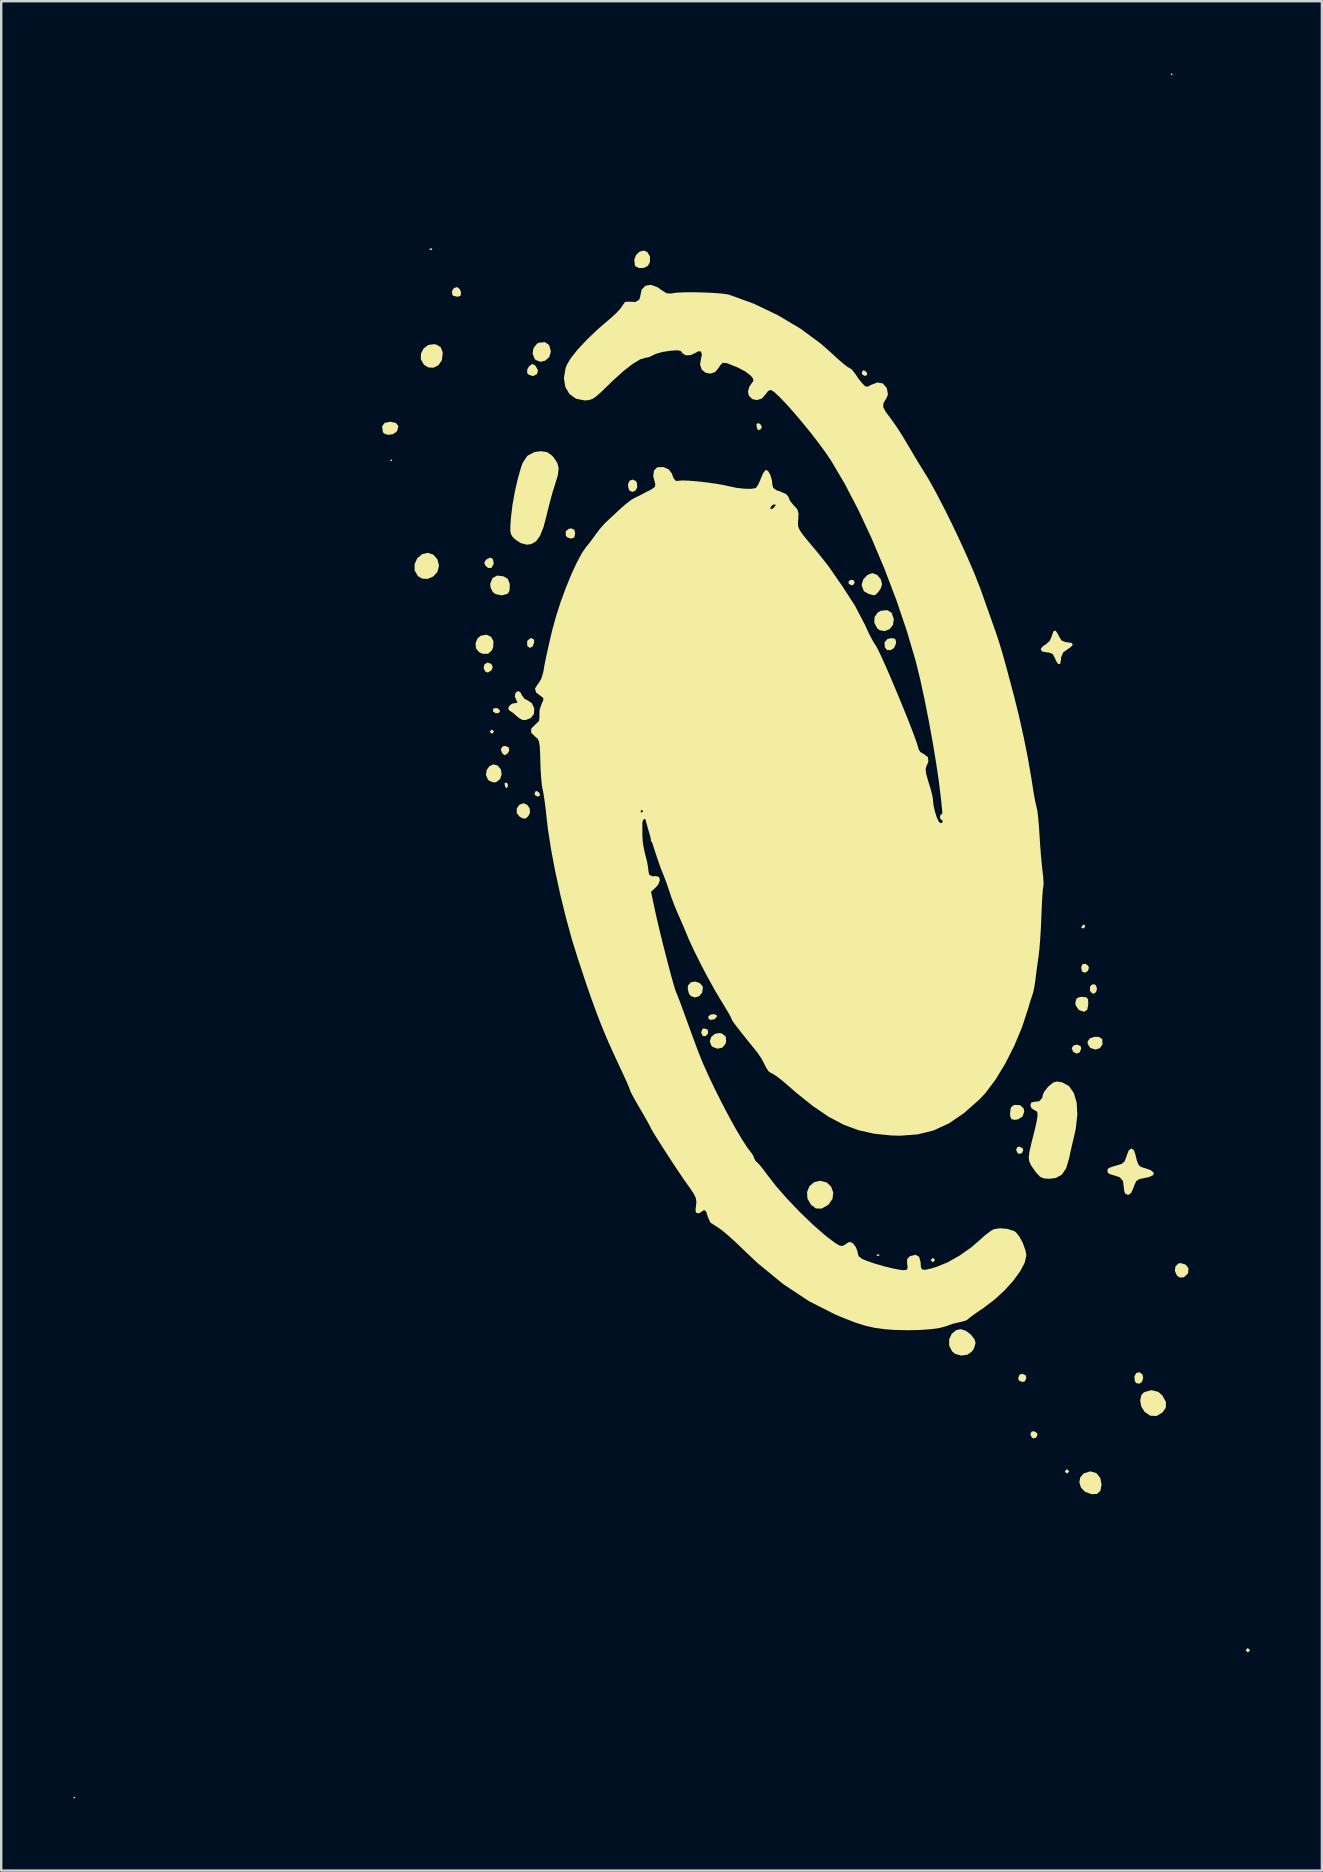
<source format=kicad_pcb>
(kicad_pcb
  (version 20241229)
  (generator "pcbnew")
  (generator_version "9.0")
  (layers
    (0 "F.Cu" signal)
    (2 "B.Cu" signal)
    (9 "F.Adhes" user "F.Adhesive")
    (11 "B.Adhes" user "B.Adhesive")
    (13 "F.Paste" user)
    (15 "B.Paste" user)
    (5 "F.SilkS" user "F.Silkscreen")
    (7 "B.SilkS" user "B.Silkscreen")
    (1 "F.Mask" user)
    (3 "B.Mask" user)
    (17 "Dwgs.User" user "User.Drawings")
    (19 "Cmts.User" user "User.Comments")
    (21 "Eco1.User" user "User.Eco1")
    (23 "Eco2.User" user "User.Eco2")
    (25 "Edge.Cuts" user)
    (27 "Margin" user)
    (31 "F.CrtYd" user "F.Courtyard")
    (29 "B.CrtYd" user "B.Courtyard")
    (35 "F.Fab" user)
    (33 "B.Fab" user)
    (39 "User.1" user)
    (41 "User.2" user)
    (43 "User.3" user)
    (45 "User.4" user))
  (footprint "minimalspiral"
    (layer "F.Cu")
    (at 30.311 31.242)
    (property "Reference" "minimalspiral" (at 0 0 0) (layer "F.SilkS") (effects (font (size 1.524 1.524) (thickness 0.3))))
    (attr board_only exclude_from_pos_files exclude_from_bom)
    (fp_poly (pts (xy -30.226 40.598) (xy -30.268 40.64) (xy -30.311 40.598) (xy -30.268 40.555)) (stroke (width 0) (type solid)) (fill yes) (layer "F.SilkS"))
    (fp_poly (pts (xy -17.018 -15.113) (xy -17.06 -15.071) (xy -17.103 -15.113) (xy -17.06 -15.155)) (stroke (width 0) (type solid)) (fill yes) (layer "F.SilkS"))
    (fp_poly (pts (xy 15.494 -31.2) (xy 15.452 -31.157) (xy 15.409 -31.2) (xy 15.452 -31.242)) (stroke (width 0) (type solid)) (fill yes) (layer "F.SilkS"))
    (fp_poly (pts (xy -15.353 -23.932) (xy -15.365 -23.882) (xy -15.409 -23.876) (xy -15.479 -23.907) (xy -15.466 -23.932) (xy -15.365 -23.943)) (stroke (width 0) (type solid)) (fill yes) (layer "F.SilkS"))
    (fp_poly (pts (xy 3.274 17.978) (xy 3.262 18.028) (xy 3.217 18.034) (xy 3.148 18.003) (xy 3.161 17.978) (xy 3.261 17.967)) (stroke (width 0) (type solid)) (fill yes) (layer "F.SilkS"))
    (fp_poly (pts (xy -12.2 -1.591) (xy -12.21 -1.512) (xy -12.257 -1.449) (xy -12.312 -1.513) (xy -12.343 -1.637) (xy -12.327 -1.671) (xy -12.244 -1.685)) (stroke (width 0) (type solid)) (fill yes) (layer "F.SilkS"))
    (fp_poly (pts (xy -10.879 -1.251) (xy -10.865 -1.15) (xy -10.957 -1.101) (xy -11.074 -1.169) (xy -11.091 -1.235) (xy -11.042 -1.333) (xy -10.991 -1.335)) (stroke (width 0) (type solid)) (fill yes) (layer "F.SilkS"))
    (fp_poly (pts (xy -1.675 -16.61) (xy -1.619 -16.494) (xy -1.674 -16.411) (xy -1.768 -16.366) (xy -1.828 -16.457) (xy -1.847 -16.615) (xy -1.777 -16.669)) (stroke (width 0) (type solid)) (fill yes) (layer "F.SilkS"))
    (fp_poly (pts (xy 2.752 -18.777) (xy 2.767 -18.676) (xy 2.674 -18.627) (xy 2.557 -18.695) (xy 2.54 -18.761) (xy 2.589 -18.859) (xy 2.641 -18.861)) (stroke (width 0) (type solid)) (fill yes) (layer "F.SilkS"))
    (fp_poly (pts (xy 11.858 4.282) (xy 11.81 4.367) (xy 11.764 4.39) (xy 11.692 4.363) (xy 11.697 4.322) (xy 11.768 4.231) (xy 11.792 4.227)) (stroke (width 0) (type solid)) (fill yes) (layer "F.SilkS"))
    (fp_poly (pts (xy -12.787 -3.83) (xy -12.785 -3.81) (xy -12.849 -3.728) (xy -12.869 -3.725) (xy -12.952 -3.79) (xy -12.954 -3.81) (xy -12.89 -3.892) (xy -12.869 -3.895)) (stroke (width 0) (type solid)) (fill yes) (layer "F.SilkS"))
    (fp_poly (pts (xy -12.541 -4.702) (xy -12.531 -4.652) (xy -12.593 -4.583) (xy -12.721 -4.583) (xy -12.823 -4.651) (xy -12.813 -4.76) (xy -12.786 -4.783) (xy -12.645 -4.794)) (stroke (width 0) (type solid)) (fill yes) (layer "F.SilkS"))
    (fp_poly (pts (xy -3.503 8) (xy -3.492 8.065) (xy -3.597 8.172) (xy -3.753 8.199) (xy -3.833 8.161) (xy -3.858 8.058) (xy -3.755 7.978) (xy -3.629 7.959)) (stroke (width 0) (type solid)) (fill yes) (layer "F.SilkS"))
    (fp_poly (pts (xy 2.203 -10.117) (xy 2.248 -10.019) (xy 2.184 -9.925) (xy 2.117 -9.906) (xy 2.006 -9.967) (xy 1.993 -9.985) (xy 1.999 -10.085) (xy 2.101 -10.139)) (stroke (width 0) (type solid)) (fill yes) (layer "F.SilkS"))
    (fp_poly (pts (xy 5.586 18.183) (xy 5.588 18.203) (xy 5.524 18.286) (xy 5.503 18.288) (xy 5.421 18.224) (xy 5.419 18.203) (xy 5.483 18.121) (xy 5.503 18.119)) (stroke (width 0) (type solid)) (fill yes) (layer "F.SilkS"))
    (fp_poly (pts (xy 9.249 13.559) (xy 9.271 13.625) (xy 9.212 13.751) (xy 9.091 13.78) (xy 9.033 13.746) (xy 8.972 13.611) (xy 9.019 13.5) (xy 9.123 13.478)) (stroke (width 0) (type solid)) (fill yes) (layer "F.SilkS"))
    (fp_poly (pts (xy 9.37 23.005) (xy 9.398 23.114) (xy 9.338 23.256) (xy 9.229 23.283) (xy 9.087 23.223) (xy 9.059 23.114) (xy 9.119 22.972) (xy 9.229 22.945)) (stroke (width 0) (type solid)) (fill yes) (layer "F.SilkS"))
    (fp_poly (pts (xy 9.841 25.412) (xy 9.864 25.479) (xy 9.805 25.605) (xy 9.684 25.633) (xy 9.626 25.599) (xy 9.564 25.464) (xy 9.612 25.353) (xy 9.716 25.331)) (stroke (width 0) (type solid)) (fill yes) (layer "F.SilkS"))
    (fp_poly (pts (xy 11.174 26.988) (xy 11.176 27.009) (xy 11.112 27.091) (xy 11.091 27.093) (xy 11.009 27.029) (xy 11.007 27.009) (xy 11.071 26.926) (xy 11.091 26.924)) (stroke (width 0) (type solid)) (fill yes) (layer "F.SilkS"))
    (fp_poly (pts (xy 11.659 9.292) (xy 11.684 9.389) (xy 11.624 9.55) (xy 11.488 9.603) (xy 11.344 9.524) (xy 11.288 9.368) (xy 11.377 9.257) (xy 11.52 9.229)) (stroke (width 0) (type solid)) (fill yes) (layer "F.SilkS"))
    (fp_poly (pts (xy 18.709 34.439) (xy 18.711 34.459) (xy 18.647 34.542) (xy 18.627 34.544) (xy 18.544 34.48) (xy 18.542 34.459) (xy 18.606 34.377) (xy 18.627 34.375)) (stroke (width 0) (type solid)) (fill yes) (layer "F.SilkS"))
    (fp_poly (pts (xy -14.2 -22.239) (xy -14.155 -22.118) (xy -14.171 -21.969) (xy -14.298 -21.929) (xy -14.46 -21.963) (xy -14.516 -22.006) (xy -14.533 -22.156) (xy -14.451 -22.292) (xy -14.319 -22.334)) (stroke (width 0) (type solid)) (fill yes) (layer "F.SilkS"))
    (fp_poly (pts (xy -12.888 -6.628) (xy -12.832 -6.491) (xy -12.893 -6.36) (xy -13.037 -6.27) (xy -13.152 -6.322) (xy -13.214 -6.469) (xy -13.173 -6.618) (xy -13.053 -6.689) (xy -13.048 -6.689)) (stroke (width 0) (type solid)) (fill yes) (layer "F.SilkS"))
    (fp_poly (pts (xy -12.171 -3.158) (xy -12.142 -3.023) (xy -12.21 -2.909) (xy -12.323 -2.829) (xy -12.418 -2.888) (xy -12.439 -2.913) (xy -12.5 -3.074) (xy -12.426 -3.192) (xy -12.319 -3.217)) (stroke (width 0) (type solid)) (fill yes) (layer "F.SilkS"))
    (fp_poly (pts (xy -11.111 -7.639) (xy -11.107 -7.521) (xy -11.175 -7.356) (xy -11.284 -7.299) (xy -11.382 -7.369) (xy -11.395 -7.397) (xy -11.401 -7.584) (xy -11.282 -7.694) (xy -11.207 -7.705)) (stroke (width 0) (type solid)) (fill yes) (layer "F.SilkS"))
    (fp_poly (pts (xy -9.433 -12.224) (xy -9.398 -12.065) (xy -9.437 -11.899) (xy -9.57 -11.853) (xy -9.732 -11.907) (xy -9.789 -11.976) (xy -9.792 -12.159) (xy -9.658 -12.264) (xy -9.562 -12.277)) (stroke (width 0) (type solid)) (fill yes) (layer "F.SilkS"))
    (fp_poly (pts (xy -3.878 8.602) (xy -3.858 8.745) (xy -3.867 8.771) (xy -3.969 8.88) (xy -4.088 8.862) (xy -4.148 8.73) (xy -4.149 8.721) (xy -4.102 8.583) (xy -4.036 8.551)) (stroke (width 0) (type solid)) (fill yes) (layer "F.SilkS"))
    (fp_poly (pts (xy 14.24 22.977) (xy 14.266 23.114) (xy 14.214 23.28) (xy 14.096 23.358) (xy 13.971 23.327) (xy 13.918 23.247) (xy 13.899 23.05) (xy 13.98 22.909) (xy 14.118 22.876)) (stroke (width 0) (type solid)) (fill yes) (layer "F.SilkS"))
    (fp_poly (pts (xy -12.826 -11) (xy -12.792 -10.828) (xy -12.798 -10.79) (xy -12.883 -10.633) (xy -13.021 -10.626) (xy -13.125 -10.712) (xy -13.189 -10.837) (xy -13.122 -10.959) (xy -13.095 -10.986) (xy -12.943 -11.063)) (stroke (width 0) (type solid)) (fill yes) (layer "F.SilkS"))
    (fp_poly (pts (xy -6.869 -14.252) (xy -6.827 -14.182) (xy -6.811 -13.993) (xy -6.887 -13.851) (xy -7.016 -13.797) (xy -7.14 -13.857) (xy -7.185 -13.978) (xy -7.197 -14.111) (xy -7.136 -14.263) (xy -7.003 -14.314)) (stroke (width 0) (type solid)) (fill yes) (layer "F.SilkS"))
    (fp_poly (pts (xy 3.927 -7.681) (xy 3.971 -7.573) (xy 3.964 -7.472) (xy 3.888 -7.298) (xy 3.747 -7.206) (xy 3.597 -7.213) (xy 3.504 -7.318) (xy 3.489 -7.534) (xy 3.614 -7.673) (xy 3.771 -7.705)) (stroke (width 0) (type solid)) (fill yes) (layer "F.SilkS"))
    (fp_poly (pts (xy 11.969 5.938) (xy 12.005 6.023) (xy 11.967 6.152) (xy 11.852 6.229) (xy 11.735 6.203) (xy 11.735 6.203) (xy 11.692 6.085) (xy 11.684 5.991) (xy 11.739 5.876) (xy 11.856 5.861)) (stroke (width 0) (type solid)) (fill yes) (layer "F.SilkS"))
    (fp_poly (pts (xy 12.253 6.724) (xy 12.288 6.751) (xy 12.342 6.89) (xy 12.304 7.038) (xy 12.199 7.112) (xy 12.192 7.112) (xy 12.087 7.044) (xy 12.051 6.979) (xy 12.048 6.823) (xy 12.132 6.721)) (stroke (width 0) (type solid)) (fill yes) (layer "F.SilkS"))
    (fp_poly (pts (xy -16.869 -16.671) (xy -16.765 -16.54) (xy -16.808 -16.355) (xy -16.852 -16.294) (xy -17.01 -16.197) (xy -17.207 -16.178) (xy -17.367 -16.237) (xy -17.409 -16.293) (xy -17.443 -16.529) (xy -17.335 -16.674) (xy -17.103 -16.722)) (stroke (width 0) (type solid)) (fill yes) (layer "F.SilkS"))
    (fp_poly (pts (xy -11.399 -0.764) (xy -11.297 -0.618) (xy -11.28 -0.435) (xy -11.349 -0.292) (xy -11.462 -0.188) (xy -11.583 -0.197) (xy -11.705 -0.261) (xy -11.834 -0.417) (xy -11.829 -0.615) (xy -11.719 -0.768) (xy -11.551 -0.828)) (stroke (width 0) (type solid)) (fill yes) (layer "F.SilkS"))
    (fp_poly (pts (xy -11.097 -19.089) (xy -11.037 -19.032) (xy -10.946 -18.858) (xy -10.988 -18.705) (xy -11.146 -18.628) (xy -11.176 -18.627) (xy -11.341 -18.684) (xy -11.402 -18.76) (xy -11.389 -18.919) (xy -11.315 -19.032) (xy -11.196 -19.126)) (stroke (width 0) (type solid)) (fill yes) (layer "F.SilkS"))
    (fp_poly (pts (xy 16.034 18.392) (xy 16.151 18.543) (xy 16.141 18.734) (xy 16.119 18.775) (xy 15.956 18.925) (xy 15.776 18.928) (xy 15.67 18.847) (xy 15.584 18.651) (xy 15.612 18.465) (xy 15.736 18.346) (xy 15.823 18.33)) (stroke (width 0) (type solid)) (fill yes) (layer "F.SilkS"))
    (fp_poly (pts (xy -12.901 -7.761) (xy -12.802 -7.576) (xy -12.814 -7.33) (xy -12.867 -7.201) (xy -13.026 -7.053) (xy -13.251 -7.053) (xy -13.399 -7.119) (xy -13.529 -7.278) (xy -13.549 -7.493) (xy -13.464 -7.698) (xy -13.328 -7.808) (xy -13.086 -7.85)) (stroke (width 0) (type solid)) (fill yes) (layer "F.SilkS"))
    (fp_poly (pts (xy -12.636 -2.404) (xy -12.494 -2.238) (xy -12.462 -2.029) (xy -12.527 -1.835) (xy -12.68 -1.711) (xy -12.785 -1.693) (xy -12.964 -1.754) (xy -13.035 -1.816) (xy -13.116 -2.01) (xy -13.085 -2.209) (xy -12.972 -2.37) (xy -12.808 -2.446)) (stroke (width 0) (type solid)) (fill yes) (layer "F.SilkS"))
    (fp_poly (pts (xy -6.388 -23.788) (xy -6.283 -23.605) (xy -6.282 -23.378) (xy -6.367 -23.216) (xy -6.536 -23.13) (xy -6.734 -23.125) (xy -6.885 -23.198) (xy -6.912 -23.241) (xy -6.937 -23.471) (xy -6.858 -23.674) (xy -6.71 -23.813) (xy -6.53 -23.852)) (stroke (width 0) (type solid)) (fill yes) (layer "F.SilkS"))
    (fp_poly (pts (xy -4.218 6.657) (xy -4.094 6.792) (xy -4.077 6.853) (xy -4.108 7.066) (xy -4.235 7.211) (xy -4.408 7.265) (xy -4.578 7.207) (xy -4.658 7.109) (xy -4.711 6.897) (xy -4.696 6.765) (xy -4.583 6.634) (xy -4.403 6.601)) (stroke (width 0) (type solid)) (fill yes) (layer "F.SilkS"))
    (fp_poly (pts (xy -3.278 8.768) (xy -3.123 8.896) (xy -3.111 9.11) (xy -3.141 9.207) (xy -3.272 9.356) (xy -3.471 9.398) (xy -3.668 9.326) (xy -3.722 9.275) (xy -3.791 9.089) (xy -3.731 8.91) (xy -3.58 8.781) (xy -3.375 8.744)) (stroke (width 0) (type solid)) (fill yes) (layer "F.SilkS"))
    (fp_poly (pts (xy 9.129 11.748) (xy 9.279 11.876) (xy 9.313 12.016) (xy 9.239 12.224) (xy 9.045 12.344) (xy 8.915 12.361) (xy 8.781 12.335) (xy 8.728 12.222) (xy 8.721 12.075) (xy 8.748 11.862) (xy 8.848 11.76) (xy 8.907 11.74)) (stroke (width 0) (type solid)) (fill yes) (layer "F.SilkS"))
    (fp_poly (pts (xy 11.897 7.256) (xy 11.967 7.34) (xy 11.98 7.534) (xy 11.937 7.771) (xy 11.812 7.861) (xy 11.618 7.799) (xy 11.568 7.766) (xy 11.449 7.582) (xy 11.443 7.446) (xy 11.499 7.295) (xy 11.645 7.242) (xy 11.726 7.239)) (stroke (width 0) (type solid)) (fill yes) (layer "F.SilkS"))
    (fp_poly (pts (xy 12.415 8.906) (xy 12.547 8.988) (xy 12.56 9.012) (xy 12.571 9.222) (xy 12.462 9.374) (xy 12.281 9.435) (xy 12.074 9.372) (xy 12.06 9.362) (xy 11.957 9.205) (xy 11.951 9.096) (xy 12.045 8.97) (xy 12.224 8.904)) (stroke (width 0) (type solid)) (fill yes) (layer "F.SilkS"))
    (fp_poly (pts (xy -15.308 -11.185) (xy -15.137 -10.99) (xy -15.071 -10.725) (xy -15.138 -10.466) (xy -15.311 -10.275) (xy -15.541 -10.175) (xy -15.784 -10.188) (xy -15.954 -10.293) (xy -16.087 -10.528) (xy -16.088 -10.79) (xy -15.979 -11.031) (xy -15.778 -11.204) (xy -15.54 -11.261)) (stroke (width 0) (type solid)) (fill yes) (layer "F.SilkS"))
    (fp_poly (pts (xy -12.387 -10.282) (xy -12.21 -10.179) (xy -12.133 -9.997) (xy -12.122 -9.913) (xy -12.135 -9.68) (xy -12.207 -9.556) (xy -12.454 -9.487) (xy -12.711 -9.541) (xy -12.826 -9.62) (xy -12.923 -9.808) (xy -12.937 -9.972) (xy -12.844 -10.207) (xy -12.65 -10.314)) (stroke (width 0) (type solid)) (fill yes) (layer "F.SilkS"))
    (fp_poly (pts (xy -10.485 -19.917) (xy -10.415 -19.669) (xy -10.414 -19.635) (xy -10.479 -19.414) (xy -10.641 -19.268) (xy -10.845 -19.22) (xy -11.04 -19.294) (xy -11.087 -19.341) (xy -11.173 -19.559) (xy -11.134 -19.793) (xy -10.988 -19.974) (xy -10.906 -20.016) (xy -10.656 -20.037)) (stroke (width 0) (type solid)) (fill yes) (layer "F.SilkS"))
    (fp_poly (pts (xy 3.785 -8.76) (xy 3.876 -8.509) (xy 3.878 -8.493) (xy 3.838 -8.251) (xy 3.695 -8.078) (xy 3.496 -7.998) (xy 3.286 -8.038) (xy 3.183 -8.119) (xy 3.063 -8.351) (xy 3.077 -8.591) (xy 3.213 -8.781) (xy 3.328 -8.843) (xy 3.598 -8.874)) (stroke (width 0) (type solid)) (fill yes) (layer "F.SilkS"))
    (fp_poly (pts (xy 12.32 27.082) (xy 12.479 27.282) (xy 12.531 27.555) (xy 12.484 27.819) (xy 12.339 27.949) (xy 12.107 27.957) (xy 11.839 27.856) (xy 11.671 27.679) (xy 11.606 27.466) (xy 11.644 27.257) (xy 11.787 27.093) (xy 12.035 27.013) (xy 12.08 27.011)) (stroke (width 0) (type solid)) (fill yes) (layer "F.SilkS"))
    (fp_poly (pts (xy 14.893 23.694) (xy 15.065 23.845) (xy 15.216 24.118) (xy 15.206 24.359) (xy 15.071 24.553) (xy 14.823 24.701) (xy 14.559 24.688) (xy 14.323 24.527) (xy 14.183 24.296) (xy 14.14 24.041) (xy 14.194 23.82) (xy 14.303 23.71) (xy 14.612 23.623)) (stroke (width 0) (type solid)) (fill yes) (layer "F.SilkS"))
    (fp_poly (pts (xy -15.17 -19.93) (xy -14.998 -19.824) (xy -14.924 -19.631) (xy -14.917 -19.57) (xy -14.951 -19.289) (xy -15.09 -19.082) (xy -15.293 -18.973) (xy -15.521 -18.984) (xy -15.7 -19.098) (xy -15.828 -19.323) (xy -15.823 -19.563) (xy -15.711 -19.776) (xy -15.519 -19.92) (xy -15.273 -19.955)) (stroke (width 0) (type solid)) (fill yes) (layer "F.SilkS"))
    (fp_poly (pts (xy 1.079 14.97) (xy 1.266 15.148) (xy 1.353 15.389) (xy 1.324 15.649) (xy 1.165 15.883) (xy 1.132 15.911) (xy 0.864 16.062) (xy 0.632 16.053) (xy 0.427 15.901) (xy 0.278 15.643) (xy 0.262 15.371) (xy 0.361 15.127) (xy 0.56 14.957) (xy 0.804 14.901)) (stroke (width 0) (type solid)) (fill yes) (layer "F.SilkS"))
    (fp_poly (pts (xy 6.873 21.147) (xy 7.085 21.306) (xy 7.238 21.505) (xy 7.281 21.652) (xy 7.234 21.837) (xy 7.15 21.994) (xy 6.953 22.143) (xy 6.693 22.184) (xy 6.437 22.114) (xy 6.31 22.016) (xy 6.184 21.775) (xy 6.182 21.513) (xy 6.286 21.279) (xy 6.478 21.121) (xy 6.663 21.082)) (stroke (width 0) (type solid)) (fill yes) (layer "F.SilkS"))
    (fp_poly (pts (xy 3.183 -10.34) (xy 3.335 -10.158) (xy 3.387 -9.955) (xy 3.34 -9.794) (xy 3.232 -9.625) (xy 3.109 -9.509) (xy 3.041 -9.492) (xy 2.94 -9.519) (xy 2.836 -9.545) (xy 2.63 -9.66) (xy 2.545 -9.882) (xy 2.541 -9.956) (xy 2.61 -10.164) (xy 2.778 -10.338) (xy 2.98 -10.414) (xy 2.985 -10.414)) (stroke (width 0) (type solid)) (fill yes) (layer "F.SilkS"))
    (fp_poly (pts (xy -11.668 -5.433) (xy -11.624 -5.333) (xy -11.513 -5.182) (xy -11.377 -5.112) (xy -11.2 -4.991) (xy -11.103 -4.778) (xy -11.117 -4.543) (xy -11.12 -4.535) (xy -11.254 -4.378) (xy -11.46 -4.292) (xy -11.599 -4.299) (xy -11.757 -4.392) (xy -11.87 -4.49) (xy -12.023 -4.621) (xy -12.118 -4.674) (xy -12.189 -4.756) (xy -12.151 -4.874) (xy -12.037 -4.971) (xy -11.93 -4.995) (xy -11.806 -5.014) (xy -11.829 -5.091) (xy -11.852 -5.121) (xy -11.914 -5.281) (xy -11.88 -5.433) (xy -11.768 -5.503) (xy -11.763 -5.503)) (stroke (width 0) (type solid)) (fill yes) (layer "F.SilkS"))
    (fp_poly (pts (xy 10.706 -7.892) (xy 10.753 -7.789) (xy 10.869 -7.602) (xy 11.04 -7.538) (xy 11.102 -7.535) (xy 11.295 -7.503) (xy 11.331 -7.418) (xy 11.206 -7.301) (xy 11.155 -7.272) (xy 10.936 -7.114) (xy 10.847 -6.913) (xy 10.839 -6.795) (xy 10.807 -6.635) (xy 10.732 -6.624) (xy 10.638 -6.755) (xy 10.596 -6.858) (xy 10.498 -7.042) (xy 10.341 -7.108) (xy 10.249 -7.112) (xy 10.049 -7.153) (xy 9.995 -7.253) (xy 10.095 -7.376) (xy 10.194 -7.432) (xy 10.378 -7.599) (xy 10.455 -7.784) (xy 10.524 -7.988) (xy 10.607 -8.024)) (stroke (width 0) (type solid)) (fill yes) (layer "F.SilkS"))
    (fp_poly (pts (xy -10.571 -15.457) (xy -10.371 -15.319) (xy -10.295 -15.234) (xy -10.145 -15.012) (xy -10.087 -14.784) (xy -10.118 -14.501) (xy -10.234 -14.121) (xy -10.324 -13.837) (xy -10.432 -13.451) (xy -10.539 -13.028) (xy -10.586 -12.832) (xy -10.72 -12.324) (xy -10.864 -11.966) (xy -11.029 -11.739) (xy -11.229 -11.624) (xy -11.414 -11.599) (xy -11.672 -11.667) (xy -11.894 -11.817) (xy -12.008 -11.93) (xy -12.074 -12.037) (xy -12.101 -12.183) (xy -12.097 -12.411) (xy -12.072 -12.75) (xy -12.011 -13.254) (xy -11.911 -13.811) (xy -11.786 -14.357) (xy -11.651 -14.828) (xy -11.585 -15.011) (xy -11.39 -15.303) (xy -11.09 -15.462) (xy -10.826 -15.494)) (stroke (width 0) (type solid)) (fill yes) (layer "F.SilkS"))
    (fp_poly (pts (xy 13.875 13.622) (xy 13.934 13.78) (xy 14.005 14.069) (xy 14.073 14.235) (xy 14.164 14.319) (xy 14.293 14.362) (xy 14.58 14.459) (xy 14.709 14.567) (xy 14.68 14.669) (xy 14.489 14.752) (xy 14.352 14.779) (xy 14.111 14.828) (xy 13.98 14.911) (xy 13.9 15.078) (xy 13.872 15.165) (xy 13.764 15.409) (xy 13.638 15.495) (xy 13.518 15.438) (xy 13.473 15.316) (xy 13.462 15.19) (xy 13.423 14.913) (xy 13.287 14.754) (xy 13.073 14.683) (xy 12.881 14.627) (xy 12.787 14.562) (xy 12.785 14.553) (xy 12.78 14.418) (xy 12.852 14.363) (xy 13.037 14.296) (xy 13.138 14.269) (xy 13.371 14.197) (xy 13.494 14.092) (xy 13.564 13.903) (xy 13.574 13.864) (xy 13.662 13.637) (xy 13.771 13.555)) (stroke (width 0) (type solid)) (fill yes) (layer "F.SilkS"))
    (fp_poly (pts (xy 10.872 10.796) (xy 10.891 10.801) (xy 11.174 10.955) (xy 11.376 11.243) (xy 11.494 11.645) (xy 11.523 12.144) (xy 11.458 12.721) (xy 11.394 13.019) (xy 11.304 13.393) (xy 11.215 13.793) (xy 11.179 13.968) (xy 11.056 14.381) (xy 10.874 14.649) (xy 10.616 14.787) (xy 10.357 14.817) (xy 10.127 14.802) (xy 9.969 14.734) (xy 9.818 14.574) (xy 9.737 14.465) (xy 9.6 14.266) (xy 9.521 14.102) (xy 9.498 13.926) (xy 9.526 13.695) (xy 9.602 13.361) (xy 9.642 13.203) (xy 9.758 12.738) (xy 9.832 12.411) (xy 9.865 12.196) (xy 9.86 12.067) (xy 9.818 11.998) (xy 9.742 11.964) (xy 9.736 11.962) (xy 9.611 11.877) (xy 9.565 11.748) (xy 9.604 11.64) (xy 9.716 11.613) (xy 9.933 11.587) (xy 10.06 11.448) (xy 10.075 11.356) (xy 10.133 11.207) (xy 10.277 11.017) (xy 10.329 10.965) (xy 10.51 10.812) (xy 10.664 10.764)) (stroke (width 0) (type solid)) (fill yes) (layer "F.SilkS"))
    (fp_poly (pts (xy -5.962 -22.323) (xy -5.823 -22.222) (xy -5.595 -22.075) (xy -5.405 -22.062) (xy -5.388 -22.067) (xy -5.198 -22.097) (xy -4.884 -22.113) (xy -4.492 -22.117) (xy -4.065 -22.108) (xy -3.65 -22.089) (xy -3.29 -22.061) (xy -3.03 -22.024) (xy -2.972 -22.009) (xy -1.949 -21.636) (xy -0.945 -21.155) (xy -0.001 -20.593) (xy 0.84 -19.971) (xy 1.219 -19.637) (xy 1.507 -19.371) (xy 1.756 -19.155) (xy 1.937 -19.012) (xy 2.02 -18.965) (xy 2.125 -18.9) (xy 2.251 -18.742) (xy 2.257 -18.733) (xy 2.419 -18.498) (xy 2.566 -18.314) (xy 2.697 -18.19) (xy 2.81 -18.189) (xy 2.926 -18.257) (xy 3.192 -18.359) (xy 3.42 -18.315) (xy 3.578 -18.133) (xy 3.593 -18.093) (xy 3.631 -17.853) (xy 3.573 -17.712) (xy 3.448 -17.504) (xy 3.433 -17.337) (xy 3.532 -17.145) (xy 3.61 -17.039) (xy 3.834 -16.738) (xy 4.038 -16.442) (xy 4.252 -16.105) (xy 4.509 -15.676) (xy 4.566 -15.579) (xy 4.753 -15.261) (xy 4.924 -14.978) (xy 5.049 -14.777) (xy 5.072 -14.74) (xy 5.331 -14.319) (xy 5.633 -13.774) (xy 5.964 -13.139) (xy 6.307 -12.447) (xy 6.645 -11.733) (xy 6.963 -11.032) (xy 7.243 -10.376) (xy 7.47 -9.799) (xy 7.53 -9.634) (xy 7.626 -9.362) (xy 7.758 -8.987) (xy 7.907 -8.568) (xy 8.003 -8.297) (xy 8.112 -7.987) (xy 8.205 -7.712) (xy 8.291 -7.445) (xy 8.378 -7.156) (xy 8.475 -6.815) (xy 8.591 -6.395) (xy 8.733 -5.865) (xy 8.885 -5.292) (xy 9.089 -4.471) (xy 9.287 -3.582) (xy 9.465 -2.693) (xy 9.608 -1.869) (xy 9.654 -1.566) (xy 9.709 -1.217) (xy 9.767 -0.909) (xy 9.816 -0.7) (xy 9.823 -0.677) (xy 9.857 -0.507) (xy 9.892 -0.213) (xy 9.925 0.159) (xy 9.944 0.466) (xy 9.973 0.924) (xy 10.011 1.394) (xy 10.05 1.805) (xy 10.071 1.986) (xy 10.104 2.289) (xy 10.116 2.524) (xy 10.107 2.642) (xy 10.106 2.644) (xy 10.087 2.75) (xy 10.067 2.992) (xy 10.047 3.337) (xy 10.029 3.752) (xy 10.025 3.875) (xy 10.004 4.356) (xy 9.976 4.825) (xy 9.943 5.232) (xy 9.911 5.526) (xy 9.908 5.546) (xy 9.854 5.921) (xy 9.802 6.314) (xy 9.78 6.502) (xy 9.737 6.796) (xy 9.685 7.047) (xy 9.657 7.137) (xy 9.59 7.334) (xy 9.508 7.605) (xy 9.479 7.705) (xy 9.224 8.487) (xy 8.899 9.268) (xy 8.524 10.011) (xy 8.117 10.68) (xy 7.7 11.238) (xy 7.453 11.504) (xy 6.799 12.082) (xy 6.17 12.511) (xy 5.535 12.803) (xy 4.867 12.969) (xy 4.135 13.023) (xy 3.768 13.013) (xy 3.062 12.941) (xy 2.409 12.795) (xy 1.783 12.563) (xy 1.157 12.231) (xy 0.504 11.788) (xy -0.203 11.221) (xy -0.52 10.943) (xy -0.792 10.712) (xy -1.026 10.532) (xy -1.189 10.429) (xy -1.233 10.414) (xy -1.339 10.343) (xy -1.454 10.166) (xy -1.48 10.109) (xy -1.626 9.828) (xy -1.809 9.556) (xy -1.824 9.537) (xy -2.206 9.066) (xy -2.49 8.71) (xy -2.688 8.456) (xy -2.811 8.289) (xy -2.87 8.195) (xy -2.879 8.167) (xy -2.921 8.073) (xy -3.035 7.869) (xy -3.201 7.59) (xy -3.333 7.375) (xy -3.597 6.93) (xy -3.887 6.407) (xy -4.177 5.854) (xy -4.443 5.318) (xy -4.661 4.849) (xy -4.759 4.614) (xy -4.872 4.34) (xy -5.017 4.006) (xy -5.105 3.81) (xy -5.256 3.452) (xy -5.402 3.061) (xy -5.462 2.879) (xy -5.575 2.543) (xy -5.7 2.209) (xy -5.759 2.067) (xy -5.853 1.826) (xy -5.975 1.475) (xy -6.111 1.061) (xy -6.247 0.631) (xy -6.366 0.229) (xy -6.456 -0.097) (xy -6.497 -0.276) (xy -6.556 -0.466) (xy -6.626 -0.564) (xy -6.661 -0.516) (xy -6.674 -0.337) (xy -6.667 -0.064) (xy -6.643 0.267) (xy -6.605 0.62) (xy -6.555 0.957) (xy -6.498 1.243) (xy -6.471 1.344) (xy -6.398 1.632) (xy -6.355 1.893) (xy -6.351 1.968) (xy -6.315 2.15) (xy -6.185 2.215) (xy -6.031 2.207) (xy -5.904 2.247) (xy -5.87 2.377) (xy -5.932 2.55) (xy -6.028 2.666) (xy -6.239 2.861) (xy -6.051 3.738) (xy -5.969 4.1) (xy -5.866 4.535) (xy -5.749 5.011) (xy -5.625 5.499) (xy -5.503 5.969) (xy -5.39 6.39) (xy -5.294 6.733) (xy -5.223 6.966) (xy -5.189 7.056) (xy -5.143 7.162) (xy -5.055 7.389) (xy -4.94 7.699) (xy -4.865 7.903) (xy -4.704 8.347) (xy -4.516 8.861) (xy -4.333 9.357) (xy -4.273 9.518) (xy -4.089 9.975) (xy -3.854 10.503) (xy -3.583 11.071) (xy -3.292 11.653) (xy -2.995 12.218) (xy -2.708 12.738) (xy -2.445 13.183) (xy -2.221 13.527) (xy -2.077 13.713) (xy -1.973 13.866) (xy -1.947 13.951) (xy -1.884 14.077) (xy -1.839 14.114) (xy -1.736 14.215) (xy -1.575 14.412) (xy -1.409 14.635) (xy -1.037 15.116) (xy -0.568 15.651) (xy -0.044 16.199) (xy 0.492 16.716) (xy 0.999 17.16) (xy 1.199 17.318) (xy 1.455 17.506) (xy 1.62 17.601) (xy 1.731 17.618) (xy 1.826 17.571) (xy 1.834 17.565) (xy 1.979 17.47) (xy 2.047 17.444) (xy 2.176 17.509) (xy 2.299 17.671) (xy 2.368 17.86) (xy 2.371 17.902) (xy 2.411 18.044) (xy 2.556 18.156) (xy 2.731 18.231) (xy 3.073 18.348) (xy 3.457 18.459) (xy 3.829 18.551) (xy 4.135 18.611) (xy 4.291 18.627) (xy 4.423 18.604) (xy 4.453 18.502) (xy 4.434 18.38) (xy 4.427 18.179) (xy 4.526 18.06) (xy 4.557 18.042) (xy 4.782 17.982) (xy 4.932 18.07) (xy 4.994 18.298) (xy 4.995 18.339) (xy 5.006 18.51) (xy 5.061 18.598) (xy 5.192 18.61) (xy 5.432 18.555) (xy 5.63 18.497) (xy 6.107 18.304) (xy 6.624 18.013) (xy 7.119 17.663) (xy 7.451 17.374) (xy 7.689 17.161) (xy 7.913 16.992) (xy 8.042 16.92) (xy 8.296 16.879) (xy 8.6 16.904) (xy 8.868 16.985) (xy 8.96 17.041) (xy 9.112 17.231) (xy 9.259 17.513) (xy 9.365 17.809) (xy 9.398 18.014) (xy 9.33 18.313) (xy 9.139 18.674) (xy 8.849 19.071) (xy 8.481 19.477) (xy 8.056 19.865) (xy 7.598 20.21) (xy 7.584 20.219) (xy 7.308 20.407) (xy 7.092 20.563) (xy 6.971 20.661) (xy 6.958 20.677) (xy 6.864 20.73) (xy 6.668 20.781) (xy 6.619 20.79) (xy 6.32 20.863) (xy 6.038 20.964) (xy 6.037 20.964) (xy 5.787 21.033) (xy 5.41 21.085) (xy 4.944 21.117) (xy 4.43 21.127) (xy 3.909 21.114) (xy 3.514 21.086) (xy 3.106 21.032) (xy 2.713 20.946) (xy 2.289 20.813) (xy 1.788 20.62) (xy 1.439 20.473) (xy 0.352 19.923) (xy -0.726 19.21) (xy -1.797 18.332) (xy -2.412 17.75) (xy -2.743 17.433) (xy -3.056 17.152) (xy -3.321 16.935) (xy -3.507 16.807) (xy -3.537 16.792) (xy -3.765 16.642) (xy -3.866 16.421) (xy -3.937 16.198) (xy -4.024 16.113) (xy -4.105 16.17) (xy -4.228 16.248) (xy -4.288 16.256) (xy -4.369 16.221) (xy -4.384 16.089) (xy -4.364 15.938) (xy -4.348 15.763) (xy -4.377 15.606) (xy -4.47 15.421) (xy -4.646 15.162) (xy -4.713 15.071) (xy -4.873 14.843) (xy -5.079 14.539) (xy -5.313 14.188) (xy -5.555 13.817) (xy -5.787 13.455) (xy -5.993 13.13) (xy -6.152 12.871) (xy -6.247 12.706) (xy -6.265 12.663) (xy -6.306 12.581) (xy -6.414 12.387) (xy -6.571 12.113) (xy -6.689 11.912) (xy -6.869 11.6) (xy -7.011 11.344) (xy -7.096 11.177) (xy -7.112 11.133) (xy -7.146 11.032) (xy -7.234 10.822) (xy -7.358 10.548) (xy -7.366 10.532) (xy -7.633 9.96) (xy -7.842 9.506) (xy -8.01 9.132) (xy -8.151 8.802) (xy -8.283 8.482) (xy -8.406 8.17) (xy -8.571 7.732) (xy -8.746 7.252) (xy -8.897 6.819) (xy -8.926 6.731) (xy -9.05 6.357) (xy -9.171 5.992) (xy -9.266 5.705) (xy -9.277 5.673) (xy -9.534 4.849) (xy -9.784 3.934) (xy -10.02 2.973) (xy -10.23 2.01) (xy -10.404 1.088) (xy -10.534 0.252) (xy -10.588 -0.212) (xy -10.633 -0.619) (xy -10.681 -0.988) (xy -10.726 -1.271) (xy -10.754 -1.397) (xy -10.787 -1.587) (xy -10.817 -1.898) (xy -10.84 -2.281) (xy -10.849 -2.562) (xy -10.861 -2.968) (xy -10.879 -3.239) (xy -10.91 -3.41) (xy -10.962 -3.514) (xy -11.042 -3.585) (xy -11.065 -3.601) (xy -11.232 -3.768) (xy -11.229 -3.938) (xy -11.057 -4.109) (xy -11.053 -4.112) (xy -10.902 -4.258) (xy -10.884 -4.445) (xy -10.889 -4.474) (xy -10.882 -4.712) (xy -10.803 -4.951) (xy -10.723 -5.128) (xy -10.732 -5.22) (xy -10.818 -5.282) (xy -11.028 -5.442) (xy -11.072 -5.61) (xy -10.951 -5.797) (xy -10.93 -5.818) (xy -10.815 -6.003) (xy -10.728 -6.288) (xy -10.71 -6.392) (xy -10.669 -6.629) (xy -10.595 -6.987) (xy -10.499 -7.423) (xy -10.389 -7.894) (xy -10.353 -8.043) (xy -10.196 -8.617) (xy -10.001 -9.219) (xy -9.781 -9.819) (xy -9.55 -10.382) (xy -9.32 -10.877) (xy -9.106 -11.27) (xy -8.934 -11.515) (xy -8.76 -11.73) (xy -8.575 -11.983) (xy -8.548 -12.023) (xy -8.361 -12.27) (xy -8.161 -12.493) (xy -8.133 -12.52) (xy -7.951 -12.689) (xy -7.708 -12.916) (xy -7.521 -13.091) (xy -7.502 -13.108) (xy -1.27 -13.108) (xy -1.222 -13.074) (xy -1.141 -13.125) (xy -1.052 -13.229) (xy -1.051 -13.271) (xy -1.145 -13.273) (xy -1.242 -13.187) (xy -1.27 -13.108) (xy -7.502 -13.108) (xy -7.279 -13.302) (xy -7.057 -13.47) (xy -6.928 -13.546) (xy -6.721 -13.643) (xy -6.604 -13.706) (xy -6.435 -13.796) (xy -6.241 -13.891) (xy -6.074 -14.009) (xy -6.062 -14.134) (xy -6.147 -14.451) (xy -6.115 -14.688) (xy -5.977 -14.824) (xy -5.743 -14.836) (xy -5.701 -14.826) (xy -5.503 -14.737) (xy -5.373 -14.566) (xy -5.298 -14.366) (xy -5.203 -14.255) (xy -5.089 -14.263) (xy -4.929 -14.276) (xy -4.645 -14.265) (xy -4.283 -14.235) (xy -3.886 -14.189) (xy -3.498 -14.134) (xy -3.164 -14.074) (xy -3.006 -14.037) (xy -2.686 -13.97) (xy -2.356 -13.932) (xy -2.072 -13.926) (xy -1.888 -13.956) (xy -1.872 -13.964) (xy -1.788 -14.075) (xy -1.692 -14.281) (xy -1.667 -14.35) (xy -1.573 -14.565) (xy -1.478 -14.698) (xy -1.454 -14.713) (xy -1.359 -14.667) (xy -1.267 -14.506) (xy -1.202 -14.282) (xy -1.185 -14.105) (xy -1.147 -13.964) (xy -1.006 -13.866) (xy -0.847 -13.811) (xy -0.609 -13.707) (xy -0.509 -13.589) (xy -0.508 -13.574) (xy -0.45 -13.429) (xy -0.307 -13.254) (xy -0.286 -13.233) (xy -0.145 -13.075) (xy -0.094 -12.907) (xy -0.106 -12.655) (xy -0.119 -12.484) (xy -0.103 -12.343) (xy -0.039 -12.197) (xy 0.091 -12.01) (xy 0.305 -11.747) (xy 0.445 -11.581) (xy 0.714 -11.257) (xy 0.963 -10.949) (xy 1.157 -10.697) (xy 1.239 -10.583) (xy 1.409 -10.335) (xy 1.614 -10.039) (xy 1.714 -9.897) (xy 2.253 -9.067) (xy 2.67 -8.269) (xy 2.727 -8.142) (xy 2.871 -7.837) (xy 3.014 -7.569) (xy 3.116 -7.411) (xy 3.198 -7.269) (xy 3.328 -7) (xy 3.497 -6.629) (xy 3.692 -6.184) (xy 3.902 -5.689) (xy 4.118 -5.172) (xy 4.328 -4.658) (xy 4.521 -4.175) (xy 4.686 -3.747) (xy 4.813 -3.401) (xy 4.891 -3.164) (xy 4.911 -3.072) (xy 4.981 -2.961) (xy 5.122 -2.879) (xy 5.298 -2.75) (xy 5.318 -2.557) (xy 5.241 -2.389) (xy 5.202 -2.258) (xy 5.223 -2.057) (xy 5.31 -1.748) (xy 5.326 -1.699) (xy 5.417 -1.399) (xy 5.481 -1.148) (xy 5.503 -1.008) (xy 5.527 -0.765) (xy 5.586 -0.492) (xy 5.665 -0.24) (xy 5.749 -0.059) (xy 5.814 0) (xy 5.869 -0.004) (xy 5.903 -0.033) (xy 5.917 -0.117) (xy 5.911 -0.283) (xy 5.887 -0.558) (xy 5.846 -0.972) (xy 5.841 -1.016) (xy 5.757 -1.71) (xy 5.638 -2.517) (xy 5.492 -3.392) (xy 5.328 -4.289) (xy 5.155 -5.163) (xy 4.98 -5.968) (xy 4.812 -6.659) (xy 4.782 -6.773) (xy 4.413 -8.023) (xy 3.976 -9.31) (xy 3.486 -10.597) (xy 2.956 -11.853) (xy 2.401 -13.042) (xy 1.835 -14.131) (xy 1.282 -15.071) (xy 1.039 -15.432) (xy 0.742 -15.838) (xy 0.41 -16.267) (xy 0.061 -16.696) (xy -0.284 -17.103) (xy -0.607 -17.464) (xy -0.888 -17.758) (xy -1.107 -17.961) (xy -1.247 -18.05) (xy -1.249 -18.051) (xy -1.36 -18.003) (xy -1.463 -17.865) (xy -1.623 -17.687) (xy -1.827 -17.624) (xy -2.024 -17.667) (xy -2.164 -17.809) (xy -2.201 -17.974) (xy -2.146 -18.173) (xy -2.061 -18.302) (xy -1.971 -18.426) (xy -1.994 -18.53) (xy -2.082 -18.638) (xy -2.297 -18.807) (xy -2.628 -18.983) (xy -3.024 -19.142) (xy -3.105 -19.168) (xy -3.255 -19.178) (xy -3.364 -19.064) (xy -3.402 -18.99) (xy -3.564 -18.795) (xy -3.767 -18.725) (xy -3.969 -18.764) (xy -4.127 -18.895) (xy -4.196 -19.101) (xy -4.167 -19.288) (xy -4.118 -19.525) (xy -4.161 -19.653) (xy -4.284 -19.653) (xy -4.365 -19.603) (xy -4.582 -19.498) (xy -4.789 -19.488) (xy -4.928 -19.574) (xy -4.942 -19.601) (xy -5.004 -19.672) (xy -5.142 -19.698) (xy -5.398 -19.682) (xy -5.48 -19.674) (xy -5.779 -19.623) (xy -6.029 -19.553) (xy -6.136 -19.503) (xy -6.332 -19.411) (xy -6.455 -19.389) (xy -6.683 -19.323) (xy -6.999 -19.134) (xy -7.387 -18.832) (xy -7.834 -18.429) (xy -7.992 -18.274) (xy -8.291 -17.982) (xy -8.505 -17.791) (xy -8.666 -17.679) (xy -8.808 -17.627) (xy -8.963 -17.611) (xy -9.013 -17.611) (xy -9.37 -17.683) (xy -9.64 -17.88) (xy -9.81 -18.175) (xy -9.868 -18.541) (xy -9.799 -18.95) (xy -9.741 -19.103) (xy -9.568 -19.389) (xy -9.279 -19.748) (xy -8.898 -20.154) (xy -8.447 -20.583) (xy -7.949 -21.011) (xy -7.926 -21.03) (xy -7.692 -21.241) (xy -7.506 -21.446) (xy -7.428 -21.564) (xy -7.316 -21.714) (xy -7.154 -21.724) (xy -7.145 -21.722) (xy -6.892 -21.71) (xy -6.731 -21.805) (xy -6.689 -21.943) (xy -6.629 -22.226) (xy -6.469 -22.39) (xy -6.237 -22.425)) (stroke (width 0) (type solid)) (fill yes) (layer "F.SilkS")))
  (gr_rect
    (start -3 -3)
    (end 52.022 74.882)
    (stroke (width 0.1) (type default))
    (fill no)
    (layer "Edge.Cuts")))
</source>
